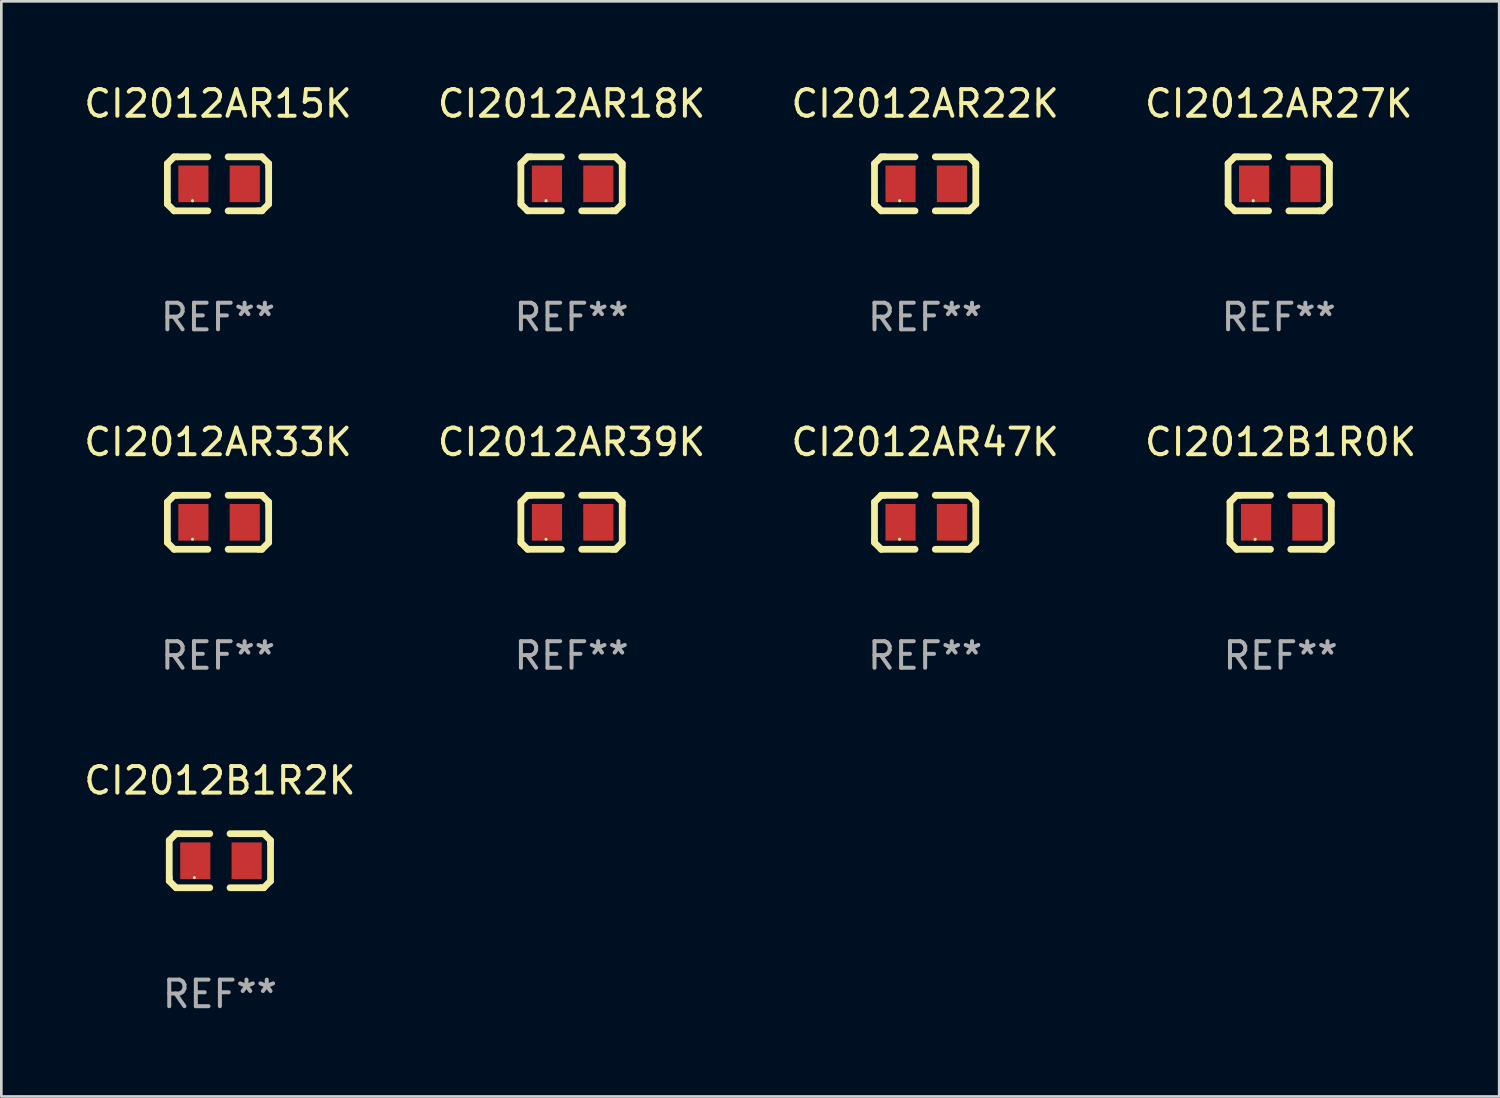
<source format=kicad_pcb>
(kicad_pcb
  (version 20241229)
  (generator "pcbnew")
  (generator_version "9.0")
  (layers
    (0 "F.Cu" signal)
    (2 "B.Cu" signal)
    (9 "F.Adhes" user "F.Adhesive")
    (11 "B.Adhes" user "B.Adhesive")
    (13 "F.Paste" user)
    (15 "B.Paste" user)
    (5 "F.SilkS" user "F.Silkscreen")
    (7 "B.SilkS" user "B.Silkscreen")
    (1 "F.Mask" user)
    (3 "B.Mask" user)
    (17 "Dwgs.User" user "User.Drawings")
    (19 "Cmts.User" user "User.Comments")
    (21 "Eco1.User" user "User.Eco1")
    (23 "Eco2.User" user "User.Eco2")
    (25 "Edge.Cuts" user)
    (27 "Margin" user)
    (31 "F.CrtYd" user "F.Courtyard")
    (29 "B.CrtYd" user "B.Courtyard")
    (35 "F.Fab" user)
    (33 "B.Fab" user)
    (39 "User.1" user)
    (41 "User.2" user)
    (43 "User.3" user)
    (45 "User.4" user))
  (footprint "CI2012AR15K"
    (layer "F.Cu")
    (at 5.149 3.864)
    (property "Reference" "CI2012AR15K" (at 0 -3.016 0) (layer "F.SilkS") (effects (font (size 1 1) (thickness 0.15))))
    (attr through_hole)
    (fp_line (start -1.905 -0.762) (end -1.905 0.635) (stroke (width 0.254) (type solid)) (layer "F.SilkS"))
    (fp_line (start -1.905 0.635) (end -1.905 0.762) (stroke (width 0.254) (type solid)) (layer "F.SilkS"))
    (fp_line (start -1.905 0.762) (end -1.651 1.016) (stroke (width 0.254) (type solid)) (layer "F.SilkS"))
    (fp_line (start -1.651 -1.016) (end -1.905 -0.762) (stroke (width 0.254) (type solid)) (layer "F.SilkS"))
    (fp_line (start -1.651 1.016) (end -0.381 1.016) (stroke (width 0.254) (type solid)) (layer "F.SilkS"))
    (fp_line (start -1.524 -1.016) (end -1.651 -1.016) (stroke (width 0.254) (type solid)) (layer "F.SilkS"))
    (fp_line (start -0.381 -1.016) (end -1.524 -1.016) (stroke (width 0.254) (type solid)) (layer "F.SilkS"))
    (fp_line (start 0.381 1.016) (end 1.524 1.016) (stroke (width 0.254) (type solid)) (layer "F.SilkS"))
    (fp_line (start 1.524 1.016) (end 1.651 1.016) (stroke (width 0.254) (type solid)) (layer "F.SilkS"))
    (fp_line (start 1.651 -1.016) (end 0.381 -1.016) (stroke (width 0.254) (type solid)) (layer "F.SilkS"))
    (fp_line (start 1.651 1.016) (end 1.905 0.762) (stroke (width 0.254) (type solid)) (layer "F.SilkS"))
    (fp_line (start 1.905 -0.762) (end 1.651 -1.016) (stroke (width 0.254) (type solid)) (layer "F.SilkS"))
    (fp_line (start 1.905 -0.635) (end 1.905 -0.762) (stroke (width 0.254) (type solid)) (layer "F.SilkS"))
    (fp_line (start 1.905 0.762) (end 1.905 -0.635) (stroke (width 0.254) (type solid)) (layer "F.SilkS"))
    (fp_circle (center -0.96 0.637) (end -0.93 0.637) (stroke (width 0.06) (type solid)) (fill no) (layer "F.SilkS"))
    (fp_text user "REF**" (at 0 5.016 0) (layer "F.Fab") (effects (font (size 1 1) (thickness 0.15))))
    (pad "1" smd rect (at -0.926 -0.000051) (size 1.133 1.377) (layers "F.Cu" "F.Mask" "F.Paste"))
    (pad "2" smd rect (at 1.006 -0.000051) (size 1.133 1.377) (layers "F.Cu" "F.Mask" "F.Paste")))
  (footprint "CI2012AR22K"
    (layer "F.Cu")
    (at 31.744 3.864)
    (property "Reference" "CI2012AR22K" (at 0 -3.016 0) (layer "F.SilkS") (effects (font (size 1 1) (thickness 0.15))))
    (attr through_hole)
    (fp_line (start -1.905 -0.762) (end -1.905 0.635) (stroke (width 0.254) (type solid)) (layer "F.SilkS"))
    (fp_line (start -1.905 0.635) (end -1.905 0.762) (stroke (width 0.254) (type solid)) (layer "F.SilkS"))
    (fp_line (start -1.905 0.762) (end -1.651 1.016) (stroke (width 0.254) (type solid)) (layer "F.SilkS"))
    (fp_line (start -1.651 -1.016) (end -1.905 -0.762) (stroke (width 0.254) (type solid)) (layer "F.SilkS"))
    (fp_line (start -1.651 1.016) (end -0.381 1.016) (stroke (width 0.254) (type solid)) (layer "F.SilkS"))
    (fp_line (start -1.524 -1.016) (end -1.651 -1.016) (stroke (width 0.254) (type solid)) (layer "F.SilkS"))
    (fp_line (start -0.381 -1.016) (end -1.524 -1.016) (stroke (width 0.254) (type solid)) (layer "F.SilkS"))
    (fp_line (start 0.381 1.016) (end 1.524 1.016) (stroke (width 0.254) (type solid)) (layer "F.SilkS"))
    (fp_line (start 1.524 1.016) (end 1.651 1.016) (stroke (width 0.254) (type solid)) (layer "F.SilkS"))
    (fp_line (start 1.651 -1.016) (end 0.381 -1.016) (stroke (width 0.254) (type solid)) (layer "F.SilkS"))
    (fp_line (start 1.651 1.016) (end 1.905 0.762) (stroke (width 0.254) (type solid)) (layer "F.SilkS"))
    (fp_line (start 1.905 -0.762) (end 1.651 -1.016) (stroke (width 0.254) (type solid)) (layer "F.SilkS"))
    (fp_line (start 1.905 -0.635) (end 1.905 -0.762) (stroke (width 0.254) (type solid)) (layer "F.SilkS"))
    (fp_line (start 1.905 0.762) (end 1.905 -0.635) (stroke (width 0.254) (type solid)) (layer "F.SilkS"))
    (fp_circle (center -0.96 0.637) (end -0.93 0.637) (stroke (width 0.06) (type solid)) (fill no) (layer "F.SilkS"))
    (fp_text user "REF**" (at 0 5.016 0) (layer "F.Fab") (effects (font (size 1 1) (thickness 0.15))))
    (pad "1" smd rect (at -0.926 -0.000051) (size 1.133 1.377) (layers "F.Cu" "F.Mask" "F.Paste"))
    (pad "2" smd rect (at 1.006 -0.000051) (size 1.133 1.377) (layers "F.Cu" "F.Mask" "F.Paste")))
  (footprint "CI2012AR39K"
    (layer "F.Cu")
    (at 18.446 16.593)
    (property "Reference" "CI2012AR39K" (at 0 -3.016 0) (layer "F.SilkS") (effects (font (size 1 1) (thickness 0.15))))
    (attr through_hole)
    (fp_line (start -1.905 -0.762) (end -1.905 0.635) (stroke (width 0.254) (type solid)) (layer "F.SilkS"))
    (fp_line (start -1.905 0.635) (end -1.905 0.762) (stroke (width 0.254) (type solid)) (layer "F.SilkS"))
    (fp_line (start -1.905 0.762) (end -1.651 1.016) (stroke (width 0.254) (type solid)) (layer "F.SilkS"))
    (fp_line (start -1.651 -1.016) (end -1.905 -0.762) (stroke (width 0.254) (type solid)) (layer "F.SilkS"))
    (fp_line (start -1.651 1.016) (end -0.381 1.016) (stroke (width 0.254) (type solid)) (layer "F.SilkS"))
    (fp_line (start -1.524 -1.016) (end -1.651 -1.016) (stroke (width 0.254) (type solid)) (layer "F.SilkS"))
    (fp_line (start -0.381 -1.016) (end -1.524 -1.016) (stroke (width 0.254) (type solid)) (layer "F.SilkS"))
    (fp_line (start 0.381 1.016) (end 1.524 1.016) (stroke (width 0.254) (type solid)) (layer "F.SilkS"))
    (fp_line (start 1.524 1.016) (end 1.651 1.016) (stroke (width 0.254) (type solid)) (layer "F.SilkS"))
    (fp_line (start 1.651 -1.016) (end 0.381 -1.016) (stroke (width 0.254) (type solid)) (layer "F.SilkS"))
    (fp_line (start 1.651 1.016) (end 1.905 0.762) (stroke (width 0.254) (type solid)) (layer "F.SilkS"))
    (fp_line (start 1.905 -0.762) (end 1.651 -1.016) (stroke (width 0.254) (type solid)) (layer "F.SilkS"))
    (fp_line (start 1.905 -0.635) (end 1.905 -0.762) (stroke (width 0.254) (type solid)) (layer "F.SilkS"))
    (fp_line (start 1.905 0.762) (end 1.905 -0.635) (stroke (width 0.254) (type solid)) (layer "F.SilkS"))
    (fp_circle (center -0.96 0.637) (end -0.93 0.637) (stroke (width 0.06) (type solid)) (fill no) (layer "F.SilkS"))
    (fp_text user "REF**" (at 0 5.016 0) (layer "F.Fab") (effects (font (size 1 1) (thickness 0.15))))
    (pad "1" smd rect (at -0.926 -0.000051) (size 1.133 1.377) (layers "F.Cu" "F.Mask" "F.Paste"))
    (pad "2" smd rect (at 1.006 -0.000051) (size 1.133 1.377) (layers "F.Cu" "F.Mask" "F.Paste")))
  (footprint "CI2012AR18K"
    (layer "F.Cu")
    (at 18.446 3.864)
    (property "Reference" "CI2012AR18K" (at 0 -3.016 0) (layer "F.SilkS") (effects (font (size 1 1) (thickness 0.15))))
    (attr through_hole)
    (fp_line (start -1.905 -0.762) (end -1.905 0.635) (stroke (width 0.254) (type solid)) (layer "F.SilkS"))
    (fp_line (start -1.905 0.635) (end -1.905 0.762) (stroke (width 0.254) (type solid)) (layer "F.SilkS"))
    (fp_line (start -1.905 0.762) (end -1.651 1.016) (stroke (width 0.254) (type solid)) (layer "F.SilkS"))
    (fp_line (start -1.651 -1.016) (end -1.905 -0.762) (stroke (width 0.254) (type solid)) (layer "F.SilkS"))
    (fp_line (start -1.651 1.016) (end -0.381 1.016) (stroke (width 0.254) (type solid)) (layer "F.SilkS"))
    (fp_line (start -1.524 -1.016) (end -1.651 -1.016) (stroke (width 0.254) (type solid)) (layer "F.SilkS"))
    (fp_line (start -0.381 -1.016) (end -1.524 -1.016) (stroke (width 0.254) (type solid)) (layer "F.SilkS"))
    (fp_line (start 0.381 1.016) (end 1.524 1.016) (stroke (width 0.254) (type solid)) (layer "F.SilkS"))
    (fp_line (start 1.524 1.016) (end 1.651 1.016) (stroke (width 0.254) (type solid)) (layer "F.SilkS"))
    (fp_line (start 1.651 -1.016) (end 0.381 -1.016) (stroke (width 0.254) (type solid)) (layer "F.SilkS"))
    (fp_line (start 1.651 1.016) (end 1.905 0.762) (stroke (width 0.254) (type solid)) (layer "F.SilkS"))
    (fp_line (start 1.905 -0.762) (end 1.651 -1.016) (stroke (width 0.254) (type solid)) (layer "F.SilkS"))
    (fp_line (start 1.905 -0.635) (end 1.905 -0.762) (stroke (width 0.254) (type solid)) (layer "F.SilkS"))
    (fp_line (start 1.905 0.762) (end 1.905 -0.635) (stroke (width 0.254) (type solid)) (layer "F.SilkS"))
    (fp_circle (center -0.96 0.637) (end -0.93 0.637) (stroke (width 0.06) (type solid)) (fill no) (layer "F.SilkS"))
    (fp_text user "REF**" (at 0 5.016 0) (layer "F.Fab") (effects (font (size 1 1) (thickness 0.15))))
    (pad "1" smd rect (at -0.926 -0.000051) (size 1.133 1.377) (layers "F.Cu" "F.Mask" "F.Paste"))
    (pad "2" smd rect (at 1.006 -0.000051) (size 1.133 1.377) (layers "F.Cu" "F.Mask" "F.Paste")))
  (footprint "CI2012AR27K"
    (layer "F.Cu")
    (at 45.042 3.864)
    (property "Reference" "CI2012AR27K" (at 0 -3.016 0) (layer "F.SilkS") (effects (font (size 1 1) (thickness 0.15))))
    (attr through_hole)
    (fp_line (start -1.905 -0.762) (end -1.905 0.635) (stroke (width 0.254) (type solid)) (layer "F.SilkS"))
    (fp_line (start -1.905 0.635) (end -1.905 0.762) (stroke (width 0.254) (type solid)) (layer "F.SilkS"))
    (fp_line (start -1.905 0.762) (end -1.651 1.016) (stroke (width 0.254) (type solid)) (layer "F.SilkS"))
    (fp_line (start -1.651 -1.016) (end -1.905 -0.762) (stroke (width 0.254) (type solid)) (layer "F.SilkS"))
    (fp_line (start -1.651 1.016) (end -0.381 1.016) (stroke (width 0.254) (type solid)) (layer "F.SilkS"))
    (fp_line (start -1.524 -1.016) (end -1.651 -1.016) (stroke (width 0.254) (type solid)) (layer "F.SilkS"))
    (fp_line (start -0.381 -1.016) (end -1.524 -1.016) (stroke (width 0.254) (type solid)) (layer "F.SilkS"))
    (fp_line (start 0.381 1.016) (end 1.524 1.016) (stroke (width 0.254) (type solid)) (layer "F.SilkS"))
    (fp_line (start 1.524 1.016) (end 1.651 1.016) (stroke (width 0.254) (type solid)) (layer "F.SilkS"))
    (fp_line (start 1.651 -1.016) (end 0.381 -1.016) (stroke (width 0.254) (type solid)) (layer "F.SilkS"))
    (fp_line (start 1.651 1.016) (end 1.905 0.762) (stroke (width 0.254) (type solid)) (layer "F.SilkS"))
    (fp_line (start 1.905 -0.762) (end 1.651 -1.016) (stroke (width 0.254) (type solid)) (layer "F.SilkS"))
    (fp_line (start 1.905 -0.635) (end 1.905 -0.762) (stroke (width 0.254) (type solid)) (layer "F.SilkS"))
    (fp_line (start 1.905 0.762) (end 1.905 -0.635) (stroke (width 0.254) (type solid)) (layer "F.SilkS"))
    (fp_circle (center -0.96 0.637) (end -0.93 0.637) (stroke (width 0.06) (type solid)) (fill no) (layer "F.SilkS"))
    (fp_text user "REF**" (at 0 5.016 0) (layer "F.Fab") (effects (font (size 1 1) (thickness 0.15))))
    (pad "1" smd rect (at -0.926 -0.000051) (size 1.133 1.377) (layers "F.Cu" "F.Mask" "F.Paste"))
    (pad "2" smd rect (at 1.006 -0.000051) (size 1.133 1.377) (layers "F.Cu" "F.Mask" "F.Paste")))
  (footprint "CI2012B1R0K"
    (layer "F.Cu")
    (at 45.113 16.593)
    (property "Reference" "CI2012B1R0K" (at 0 -3.016 0) (layer "F.SilkS") (effects (font (size 1 1) (thickness 0.15))))
    (attr through_hole)
    (fp_line (start -1.905 -0.762) (end -1.905 0.635) (stroke (width 0.254) (type solid)) (layer "F.SilkS"))
    (fp_line (start -1.905 0.635) (end -1.905 0.762) (stroke (width 0.254) (type solid)) (layer "F.SilkS"))
    (fp_line (start -1.905 0.762) (end -1.651 1.016) (stroke (width 0.254) (type solid)) (layer "F.SilkS"))
    (fp_line (start -1.651 -1.016) (end -1.905 -0.762) (stroke (width 0.254) (type solid)) (layer "F.SilkS"))
    (fp_line (start -1.651 1.016) (end -0.381 1.016) (stroke (width 0.254) (type solid)) (layer "F.SilkS"))
    (fp_line (start -1.524 -1.016) (end -1.651 -1.016) (stroke (width 0.254) (type solid)) (layer "F.SilkS"))
    (fp_line (start -0.381 -1.016) (end -1.524 -1.016) (stroke (width 0.254) (type solid)) (layer "F.SilkS"))
    (fp_line (start 0.381 1.016) (end 1.524 1.016) (stroke (width 0.254) (type solid)) (layer "F.SilkS"))
    (fp_line (start 1.524 1.016) (end 1.651 1.016) (stroke (width 0.254) (type solid)) (layer "F.SilkS"))
    (fp_line (start 1.651 -1.016) (end 0.381 -1.016) (stroke (width 0.254) (type solid)) (layer "F.SilkS"))
    (fp_line (start 1.651 1.016) (end 1.905 0.762) (stroke (width 0.254) (type solid)) (layer "F.SilkS"))
    (fp_line (start 1.905 -0.762) (end 1.651 -1.016) (stroke (width 0.254) (type solid)) (layer "F.SilkS"))
    (fp_line (start 1.905 -0.635) (end 1.905 -0.762) (stroke (width 0.254) (type solid)) (layer "F.SilkS"))
    (fp_line (start 1.905 0.762) (end 1.905 -0.635) (stroke (width 0.254) (type solid)) (layer "F.SilkS"))
    (fp_circle (center -0.96 0.637) (end -0.93 0.637) (stroke (width 0.06) (type solid)) (fill no) (layer "F.SilkS"))
    (fp_text user "REF**" (at 0 5.016 0) (layer "F.Fab") (effects (font (size 1 1) (thickness 0.15))))
    (pad "1" smd rect (at -0.926 -0.000051) (size 1.133 1.377) (layers "F.Cu" "F.Mask" "F.Paste"))
    (pad "2" smd rect (at 1.006 -0.000051) (size 1.133 1.377) (layers "F.Cu" "F.Mask" "F.Paste")))
  (footprint "CI2012AR33K"
    (layer "F.Cu")
    (at 5.149 16.593)
    (property "Reference" "CI2012AR33K" (at 0 -3.016 0) (layer "F.SilkS") (effects (font (size 1 1) (thickness 0.15))))
    (attr through_hole)
    (fp_line (start -1.905 -0.762) (end -1.905 0.635) (stroke (width 0.254) (type solid)) (layer "F.SilkS"))
    (fp_line (start -1.905 0.635) (end -1.905 0.762) (stroke (width 0.254) (type solid)) (layer "F.SilkS"))
    (fp_line (start -1.905 0.762) (end -1.651 1.016) (stroke (width 0.254) (type solid)) (layer "F.SilkS"))
    (fp_line (start -1.651 -1.016) (end -1.905 -0.762) (stroke (width 0.254) (type solid)) (layer "F.SilkS"))
    (fp_line (start -1.651 1.016) (end -0.381 1.016) (stroke (width 0.254) (type solid)) (layer "F.SilkS"))
    (fp_line (start -1.524 -1.016) (end -1.651 -1.016) (stroke (width 0.254) (type solid)) (layer "F.SilkS"))
    (fp_line (start -0.381 -1.016) (end -1.524 -1.016) (stroke (width 0.254) (type solid)) (layer "F.SilkS"))
    (fp_line (start 0.381 1.016) (end 1.524 1.016) (stroke (width 0.254) (type solid)) (layer "F.SilkS"))
    (fp_line (start 1.524 1.016) (end 1.651 1.016) (stroke (width 0.254) (type solid)) (layer "F.SilkS"))
    (fp_line (start 1.651 -1.016) (end 0.381 -1.016) (stroke (width 0.254) (type solid)) (layer "F.SilkS"))
    (fp_line (start 1.651 1.016) (end 1.905 0.762) (stroke (width 0.254) (type solid)) (layer "F.SilkS"))
    (fp_line (start 1.905 -0.762) (end 1.651 -1.016) (stroke (width 0.254) (type solid)) (layer "F.SilkS"))
    (fp_line (start 1.905 -0.635) (end 1.905 -0.762) (stroke (width 0.254) (type solid)) (layer "F.SilkS"))
    (fp_line (start 1.905 0.762) (end 1.905 -0.635) (stroke (width 0.254) (type solid)) (layer "F.SilkS"))
    (fp_circle (center -0.96 0.637) (end -0.93 0.637) (stroke (width 0.06) (type solid)) (fill no) (layer "F.SilkS"))
    (fp_text user "REF**" (at 0 5.016 0) (layer "F.Fab") (effects (font (size 1 1) (thickness 0.15))))
    (pad "1" smd rect (at -0.926 -0.000051) (size 1.133 1.377) (layers "F.Cu" "F.Mask" "F.Paste"))
    (pad "2" smd rect (at 1.006 -0.000051) (size 1.133 1.377) (layers "F.Cu" "F.Mask" "F.Paste")))
  (footprint "CI2012AR47K"
    (layer "F.Cu")
    (at 31.744 16.593)
    (property "Reference" "CI2012AR47K" (at 0 -3.016 0) (layer "F.SilkS") (effects (font (size 1 1) (thickness 0.15))))
    (attr through_hole)
    (fp_line (start -1.905 -0.762) (end -1.905 0.635) (stroke (width 0.254) (type solid)) (layer "F.SilkS"))
    (fp_line (start -1.905 0.635) (end -1.905 0.762) (stroke (width 0.254) (type solid)) (layer "F.SilkS"))
    (fp_line (start -1.905 0.762) (end -1.651 1.016) (stroke (width 0.254) (type solid)) (layer "F.SilkS"))
    (fp_line (start -1.651 -1.016) (end -1.905 -0.762) (stroke (width 0.254) (type solid)) (layer "F.SilkS"))
    (fp_line (start -1.651 1.016) (end -0.381 1.016) (stroke (width 0.254) (type solid)) (layer "F.SilkS"))
    (fp_line (start -1.524 -1.016) (end -1.651 -1.016) (stroke (width 0.254) (type solid)) (layer "F.SilkS"))
    (fp_line (start -0.381 -1.016) (end -1.524 -1.016) (stroke (width 0.254) (type solid)) (layer "F.SilkS"))
    (fp_line (start 0.381 1.016) (end 1.524 1.016) (stroke (width 0.254) (type solid)) (layer "F.SilkS"))
    (fp_line (start 1.524 1.016) (end 1.651 1.016) (stroke (width 0.254) (type solid)) (layer "F.SilkS"))
    (fp_line (start 1.651 -1.016) (end 0.381 -1.016) (stroke (width 0.254) (type solid)) (layer "F.SilkS"))
    (fp_line (start 1.651 1.016) (end 1.905 0.762) (stroke (width 0.254) (type solid)) (layer "F.SilkS"))
    (fp_line (start 1.905 -0.762) (end 1.651 -1.016) (stroke (width 0.254) (type solid)) (layer "F.SilkS"))
    (fp_line (start 1.905 -0.635) (end 1.905 -0.762) (stroke (width 0.254) (type solid)) (layer "F.SilkS"))
    (fp_line (start 1.905 0.762) (end 1.905 -0.635) (stroke (width 0.254) (type solid)) (layer "F.SilkS"))
    (fp_circle (center -0.96 0.637) (end -0.93 0.637) (stroke (width 0.06) (type solid)) (fill no) (layer "F.SilkS"))
    (fp_text user "REF**" (at 0 5.016 0) (layer "F.Fab") (effects (font (size 1 1) (thickness 0.15))))
    (pad "1" smd rect (at -0.926 -0.000051) (size 1.133 1.377) (layers "F.Cu" "F.Mask" "F.Paste"))
    (pad "2" smd rect (at 1.006 -0.000051) (size 1.133 1.377) (layers "F.Cu" "F.Mask" "F.Paste")))
  (footprint "CI2012B1R2K"
    (layer "F.Cu")
    (at 5.22 29.321)
    (property "Reference" "CI2012B1R2K" (at 0 -3.016 0) (layer "F.SilkS") (effects (font (size 1 1) (thickness 0.15))))
    (attr through_hole)
    (fp_line (start -1.905 -0.762) (end -1.905 0.635) (stroke (width 0.254) (type solid)) (layer "F.SilkS"))
    (fp_line (start -1.905 0.635) (end -1.905 0.762) (stroke (width 0.254) (type solid)) (layer "F.SilkS"))
    (fp_line (start -1.905 0.762) (end -1.651 1.016) (stroke (width 0.254) (type solid)) (layer "F.SilkS"))
    (fp_line (start -1.651 -1.016) (end -1.905 -0.762) (stroke (width 0.254) (type solid)) (layer "F.SilkS"))
    (fp_line (start -1.651 1.016) (end -0.381 1.016) (stroke (width 0.254) (type solid)) (layer "F.SilkS"))
    (fp_line (start -1.524 -1.016) (end -1.651 -1.016) (stroke (width 0.254) (type solid)) (layer "F.SilkS"))
    (fp_line (start -0.381 -1.016) (end -1.524 -1.016) (stroke (width 0.254) (type solid)) (layer "F.SilkS"))
    (fp_line (start 0.381 1.016) (end 1.524 1.016) (stroke (width 0.254) (type solid)) (layer "F.SilkS"))
    (fp_line (start 1.524 1.016) (end 1.651 1.016) (stroke (width 0.254) (type solid)) (layer "F.SilkS"))
    (fp_line (start 1.651 -1.016) (end 0.381 -1.016) (stroke (width 0.254) (type solid)) (layer "F.SilkS"))
    (fp_line (start 1.651 1.016) (end 1.905 0.762) (stroke (width 0.254) (type solid)) (layer "F.SilkS"))
    (fp_line (start 1.905 -0.762) (end 1.651 -1.016) (stroke (width 0.254) (type solid)) (layer "F.SilkS"))
    (fp_line (start 1.905 -0.635) (end 1.905 -0.762) (stroke (width 0.254) (type solid)) (layer "F.SilkS"))
    (fp_line (start 1.905 0.762) (end 1.905 -0.635) (stroke (width 0.254) (type solid)) (layer "F.SilkS"))
    (fp_circle (center -0.96 0.637) (end -0.93 0.637) (stroke (width 0.06) (type solid)) (fill no) (layer "F.SilkS"))
    (fp_text user "REF**" (at 0 5.016 0) (layer "F.Fab") (effects (font (size 1 1) (thickness 0.15))))
    (pad "1" smd rect (at -0.926 -0.000051) (size 1.133 1.377) (layers "F.Cu" "F.Mask" "F.Paste"))
    (pad "2" smd rect (at 1.006 -0.000051) (size 1.133 1.377) (layers "F.Cu" "F.Mask" "F.Paste")))
  (gr_rect
    (start -3 -3)
    (end 53.333 38.186)
    (stroke (width 0.1) (type default))
    (fill no)
    (layer "Edge.Cuts")))
</source>
